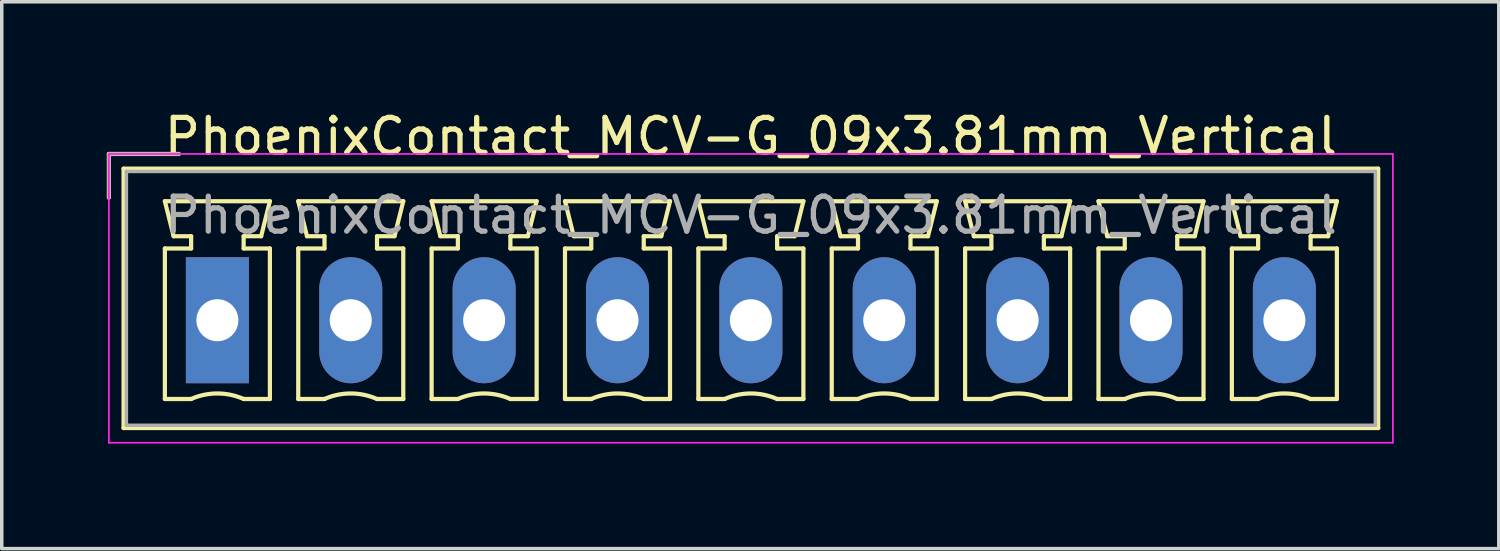
<source format=kicad_pcb>
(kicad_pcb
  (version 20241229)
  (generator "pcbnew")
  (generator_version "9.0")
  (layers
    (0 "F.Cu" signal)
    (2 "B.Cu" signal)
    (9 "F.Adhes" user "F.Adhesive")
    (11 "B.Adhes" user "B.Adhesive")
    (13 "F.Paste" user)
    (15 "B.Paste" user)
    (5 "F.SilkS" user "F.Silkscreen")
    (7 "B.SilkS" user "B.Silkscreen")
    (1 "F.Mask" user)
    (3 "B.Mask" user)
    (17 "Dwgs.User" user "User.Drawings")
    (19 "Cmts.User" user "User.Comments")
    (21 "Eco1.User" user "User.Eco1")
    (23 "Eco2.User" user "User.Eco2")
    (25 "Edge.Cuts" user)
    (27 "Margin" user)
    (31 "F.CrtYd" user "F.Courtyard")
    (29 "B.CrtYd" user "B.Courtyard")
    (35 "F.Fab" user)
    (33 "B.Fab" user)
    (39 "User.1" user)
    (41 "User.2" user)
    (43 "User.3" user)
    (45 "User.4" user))
  (footprint "PhoenixContact_MCV-G_09x3.81mm_Vertical"
    (layer "F.Cu")
    (at 3.16 6.098)
    (property "Reference" "PhoenixContact_MCV-G_09x3.81mm_Vertical" (at 15.24 -5.25 0) (layer "F.SilkS") (effects (font (size 1 1) (thickness 0.15))))
    (attr through_hole)
    (fp_line (start -3.1 -4.75) (end -1.1 -4.75) (stroke (width 0.12) (type solid)) (layer "F.SilkS"))
    (fp_line (start -3.1 -3.5) (end -3.1 -4.75) (stroke (width 0.12) (type solid)) (layer "F.SilkS"))
    (fp_line (start -2.68 -4.33) (end -2.68 3.08) (stroke (width 0.12) (type solid)) (layer "F.SilkS"))
    (fp_line (start -2.68 3.08) (end 33.16 3.08) (stroke (width 0.12) (type solid)) (layer "F.SilkS"))
    (fp_line (start -1.5 -3.4) (end 1.5 -3.4) (stroke (width 0.12) (type solid)) (layer "F.SilkS"))
    (fp_line (start -1.5 -2.05) (end -0.75 -2.05) (stroke (width 0.12) (type solid)) (layer "F.SilkS"))
    (fp_line (start -1.5 2.25) (end -1.5 -2.05) (stroke (width 0.12) (type solid)) (layer "F.SilkS"))
    (fp_line (start -1.25 -2.4) (end -1.5 -3.4) (stroke (width 0.12) (type solid)) (layer "F.SilkS"))
    (fp_line (start -0.75 -2.4) (end -1.25 -2.4) (stroke (width 0.12) (type solid)) (layer "F.SilkS"))
    (fp_line (start -0.75 -2.05) (end -0.75 -2.4) (stroke (width 0.12) (type solid)) (layer "F.SilkS"))
    (fp_line (start -0.75 2.25) (end -1.5 2.25) (stroke (width 0.12) (type solid)) (layer "F.SilkS"))
    (fp_line (start 0.75 -2.4) (end 0.75 -2.05) (stroke (width 0.12) (type solid)) (layer "F.SilkS"))
    (fp_line (start 0.75 -2.05) (end 1.5 -2.05) (stroke (width 0.12) (type solid)) (layer "F.SilkS"))
    (fp_line (start 1.25 -2.4) (end 0.75 -2.4) (stroke (width 0.12) (type solid)) (layer "F.SilkS"))
    (fp_line (start 1.5 -3.4) (end 1.25 -2.4) (stroke (width 0.12) (type solid)) (layer "F.SilkS"))
    (fp_line (start 1.5 -2.05) (end 1.5 2.25) (stroke (width 0.12) (type solid)) (layer "F.SilkS"))
    (fp_line (start 1.5 2.25) (end 0.75 2.25) (stroke (width 0.12) (type solid)) (layer "F.SilkS"))
    (fp_line (start 2.31 -3.4) (end 5.31 -3.4) (stroke (width 0.12) (type solid)) (layer "F.SilkS"))
    (fp_line (start 2.31 -2.05) (end 3.06 -2.05) (stroke (width 0.12) (type solid)) (layer "F.SilkS"))
    (fp_line (start 2.31 2.25) (end 2.31 -2.05) (stroke (width 0.12) (type solid)) (layer "F.SilkS"))
    (fp_line (start 2.56 -2.4) (end 2.31 -3.4) (stroke (width 0.12) (type solid)) (layer "F.SilkS"))
    (fp_line (start 3.06 -2.4) (end 2.56 -2.4) (stroke (width 0.12) (type solid)) (layer "F.SilkS"))
    (fp_line (start 3.06 -2.05) (end 3.06 -2.4) (stroke (width 0.12) (type solid)) (layer "F.SilkS"))
    (fp_line (start 3.06 2.25) (end 2.31 2.25) (stroke (width 0.12) (type solid)) (layer "F.SilkS"))
    (fp_line (start 4.56 -2.4) (end 4.56 -2.05) (stroke (width 0.12) (type solid)) (layer "F.SilkS"))
    (fp_line (start 4.56 -2.05) (end 5.31 -2.05) (stroke (width 0.12) (type solid)) (layer "F.SilkS"))
    (fp_line (start 5.06 -2.4) (end 4.56 -2.4) (stroke (width 0.12) (type solid)) (layer "F.SilkS"))
    (fp_line (start 5.31 -3.4) (end 5.06 -2.4) (stroke (width 0.12) (type solid)) (layer "F.SilkS"))
    (fp_line (start 5.31 -2.05) (end 5.31 2.25) (stroke (width 0.12) (type solid)) (layer "F.SilkS"))
    (fp_line (start 5.31 2.25) (end 4.56 2.25) (stroke (width 0.12) (type solid)) (layer "F.SilkS"))
    (fp_line (start 6.12 -3.4) (end 9.12 -3.4) (stroke (width 0.12) (type solid)) (layer "F.SilkS"))
    (fp_line (start 6.12 -2.05) (end 6.87 -2.05) (stroke (width 0.12) (type solid)) (layer "F.SilkS"))
    (fp_line (start 6.12 2.25) (end 6.12 -2.05) (stroke (width 0.12) (type solid)) (layer "F.SilkS"))
    (fp_line (start 6.37 -2.4) (end 6.12 -3.4) (stroke (width 0.12) (type solid)) (layer "F.SilkS"))
    (fp_line (start 6.87 -2.4) (end 6.37 -2.4) (stroke (width 0.12) (type solid)) (layer "F.SilkS"))
    (fp_line (start 6.87 -2.05) (end 6.87 -2.4) (stroke (width 0.12) (type solid)) (layer "F.SilkS"))
    (fp_line (start 6.87 2.25) (end 6.12 2.25) (stroke (width 0.12) (type solid)) (layer "F.SilkS"))
    (fp_line (start 8.37 -2.4) (end 8.37 -2.05) (stroke (width 0.12) (type solid)) (layer "F.SilkS"))
    (fp_line (start 8.37 -2.05) (end 9.12 -2.05) (stroke (width 0.12) (type solid)) (layer "F.SilkS"))
    (fp_line (start 8.87 -2.4) (end 8.37 -2.4) (stroke (width 0.12) (type solid)) (layer "F.SilkS"))
    (fp_line (start 9.12 -3.4) (end 8.87 -2.4) (stroke (width 0.12) (type solid)) (layer "F.SilkS"))
    (fp_line (start 9.12 -2.05) (end 9.12 2.25) (stroke (width 0.12) (type solid)) (layer "F.SilkS"))
    (fp_line (start 9.12 2.25) (end 8.37 2.25) (stroke (width 0.12) (type solid)) (layer "F.SilkS"))
    (fp_line (start 9.93 -3.4) (end 12.93 -3.4) (stroke (width 0.12) (type solid)) (layer "F.SilkS"))
    (fp_line (start 9.93 -2.05) (end 10.68 -2.05) (stroke (width 0.12) (type solid)) (layer "F.SilkS"))
    (fp_line (start 9.93 2.25) (end 9.93 -2.05) (stroke (width 0.12) (type solid)) (layer "F.SilkS"))
    (fp_line (start 10.18 -2.4) (end 9.93 -3.4) (stroke (width 0.12) (type solid)) (layer "F.SilkS"))
    (fp_line (start 10.68 -2.4) (end 10.18 -2.4) (stroke (width 0.12) (type solid)) (layer "F.SilkS"))
    (fp_line (start 10.68 -2.05) (end 10.68 -2.4) (stroke (width 0.12) (type solid)) (layer "F.SilkS"))
    (fp_line (start 10.68 2.25) (end 9.93 2.25) (stroke (width 0.12) (type solid)) (layer "F.SilkS"))
    (fp_line (start 12.18 -2.4) (end 12.18 -2.05) (stroke (width 0.12) (type solid)) (layer "F.SilkS"))
    (fp_line (start 12.18 -2.05) (end 12.93 -2.05) (stroke (width 0.12) (type solid)) (layer "F.SilkS"))
    (fp_line (start 12.68 -2.4) (end 12.18 -2.4) (stroke (width 0.12) (type solid)) (layer "F.SilkS"))
    (fp_line (start 12.93 -3.4) (end 12.68 -2.4) (stroke (width 0.12) (type solid)) (layer "F.SilkS"))
    (fp_line (start 12.93 -2.05) (end 12.93 2.25) (stroke (width 0.12) (type solid)) (layer "F.SilkS"))
    (fp_line (start 12.93 2.25) (end 12.18 2.25) (stroke (width 0.12) (type solid)) (layer "F.SilkS"))
    (fp_line (start 13.74 -3.4) (end 16.74 -3.4) (stroke (width 0.12) (type solid)) (layer "F.SilkS"))
    (fp_line (start 13.74 -2.05) (end 14.49 -2.05) (stroke (width 0.12) (type solid)) (layer "F.SilkS"))
    (fp_line (start 13.74 2.25) (end 13.74 -2.05) (stroke (width 0.12) (type solid)) (layer "F.SilkS"))
    (fp_line (start 13.99 -2.4) (end 13.74 -3.4) (stroke (width 0.12) (type solid)) (layer "F.SilkS"))
    (fp_line (start 14.49 -2.4) (end 13.99 -2.4) (stroke (width 0.12) (type solid)) (layer "F.SilkS"))
    (fp_line (start 14.49 -2.05) (end 14.49 -2.4) (stroke (width 0.12) (type solid)) (layer "F.SilkS"))
    (fp_line (start 14.49 2.25) (end 13.74 2.25) (stroke (width 0.12) (type solid)) (layer "F.SilkS"))
    (fp_line (start 15.99 -2.4) (end 15.99 -2.05) (stroke (width 0.12) (type solid)) (layer "F.SilkS"))
    (fp_line (start 15.99 -2.05) (end 16.74 -2.05) (stroke (width 0.12) (type solid)) (layer "F.SilkS"))
    (fp_line (start 16.49 -2.4) (end 15.99 -2.4) (stroke (width 0.12) (type solid)) (layer "F.SilkS"))
    (fp_line (start 16.74 -3.4) (end 16.49 -2.4) (stroke (width 0.12) (type solid)) (layer "F.SilkS"))
    (fp_line (start 16.74 -2.05) (end 16.74 2.25) (stroke (width 0.12) (type solid)) (layer "F.SilkS"))
    (fp_line (start 16.74 2.25) (end 15.99 2.25) (stroke (width 0.12) (type solid)) (layer "F.SilkS"))
    (fp_line (start 17.55 -3.4) (end 20.55 -3.4) (stroke (width 0.12) (type solid)) (layer "F.SilkS"))
    (fp_line (start 17.55 -2.05) (end 18.3 -2.05) (stroke (width 0.12) (type solid)) (layer "F.SilkS"))
    (fp_line (start 17.55 2.25) (end 17.55 -2.05) (stroke (width 0.12) (type solid)) (layer "F.SilkS"))
    (fp_line (start 17.8 -2.4) (end 17.55 -3.4) (stroke (width 0.12) (type solid)) (layer "F.SilkS"))
    (fp_line (start 18.3 -2.4) (end 17.8 -2.4) (stroke (width 0.12) (type solid)) (layer "F.SilkS"))
    (fp_line (start 18.3 -2.05) (end 18.3 -2.4) (stroke (width 0.12) (type solid)) (layer "F.SilkS"))
    (fp_line (start 18.3 2.25) (end 17.55 2.25) (stroke (width 0.12) (type solid)) (layer "F.SilkS"))
    (fp_line (start 19.8 -2.4) (end 19.8 -2.05) (stroke (width 0.12) (type solid)) (layer "F.SilkS"))
    (fp_line (start 19.8 -2.05) (end 20.55 -2.05) (stroke (width 0.12) (type solid)) (layer "F.SilkS"))
    (fp_line (start 20.3 -2.4) (end 19.8 -2.4) (stroke (width 0.12) (type solid)) (layer "F.SilkS"))
    (fp_line (start 20.55 -3.4) (end 20.3 -2.4) (stroke (width 0.12) (type solid)) (layer "F.SilkS"))
    (fp_line (start 20.55 -2.05) (end 20.55 2.25) (stroke (width 0.12) (type solid)) (layer "F.SilkS"))
    (fp_line (start 20.55 2.25) (end 19.8 2.25) (stroke (width 0.12) (type solid)) (layer "F.SilkS"))
    (fp_line (start 21.36 -3.4) (end 24.36 -3.4) (stroke (width 0.12) (type solid)) (layer "F.SilkS"))
    (fp_line (start 21.36 -2.05) (end 22.11 -2.05) (stroke (width 0.12) (type solid)) (layer "F.SilkS"))
    (fp_line (start 21.36 2.25) (end 21.36 -2.05) (stroke (width 0.12) (type solid)) (layer "F.SilkS"))
    (fp_line (start 21.61 -2.4) (end 21.36 -3.4) (stroke (width 0.12) (type solid)) (layer "F.SilkS"))
    (fp_line (start 22.11 -2.4) (end 21.61 -2.4) (stroke (width 0.12) (type solid)) (layer "F.SilkS"))
    (fp_line (start 22.11 -2.05) (end 22.11 -2.4) (stroke (width 0.12) (type solid)) (layer "F.SilkS"))
    (fp_line (start 22.11 2.25) (end 21.36 2.25) (stroke (width 0.12) (type solid)) (layer "F.SilkS"))
    (fp_line (start 23.61 -2.4) (end 23.61 -2.05) (stroke (width 0.12) (type solid)) (layer "F.SilkS"))
    (fp_line (start 23.61 -2.05) (end 24.36 -2.05) (stroke (width 0.12) (type solid)) (layer "F.SilkS"))
    (fp_line (start 24.11 -2.4) (end 23.61 -2.4) (stroke (width 0.12) (type solid)) (layer "F.SilkS"))
    (fp_line (start 24.36 -3.4) (end 24.11 -2.4) (stroke (width 0.12) (type solid)) (layer "F.SilkS"))
    (fp_line (start 24.36 -2.05) (end 24.36 2.25) (stroke (width 0.12) (type solid)) (layer "F.SilkS"))
    (fp_line (start 24.36 2.25) (end 23.61 2.25) (stroke (width 0.12) (type solid)) (layer "F.SilkS"))
    (fp_line (start 25.17 -3.4) (end 28.17 -3.4) (stroke (width 0.12) (type solid)) (layer "F.SilkS"))
    (fp_line (start 25.17 -2.05) (end 25.92 -2.05) (stroke (width 0.12) (type solid)) (layer "F.SilkS"))
    (fp_line (start 25.17 2.25) (end 25.17 -2.05) (stroke (width 0.12) (type solid)) (layer "F.SilkS"))
    (fp_line (start 25.42 -2.4) (end 25.17 -3.4) (stroke (width 0.12) (type solid)) (layer "F.SilkS"))
    (fp_line (start 25.92 -2.4) (end 25.42 -2.4) (stroke (width 0.12) (type solid)) (layer "F.SilkS"))
    (fp_line (start 25.92 -2.05) (end 25.92 -2.4) (stroke (width 0.12) (type solid)) (layer "F.SilkS"))
    (fp_line (start 25.92 2.25) (end 25.17 2.25) (stroke (width 0.12) (type solid)) (layer "F.SilkS"))
    (fp_line (start 27.42 -2.4) (end 27.42 -2.05) (stroke (width 0.12) (type solid)) (layer "F.SilkS"))
    (fp_line (start 27.42 -2.05) (end 28.17 -2.05) (stroke (width 0.12) (type solid)) (layer "F.SilkS"))
    (fp_line (start 27.92 -2.4) (end 27.42 -2.4) (stroke (width 0.12) (type solid)) (layer "F.SilkS"))
    (fp_line (start 28.17 -3.4) (end 27.92 -2.4) (stroke (width 0.12) (type solid)) (layer "F.SilkS"))
    (fp_line (start 28.17 -2.05) (end 28.17 2.25) (stroke (width 0.12) (type solid)) (layer "F.SilkS"))
    (fp_line (start 28.17 2.25) (end 27.42 2.25) (stroke (width 0.12) (type solid)) (layer "F.SilkS"))
    (fp_line (start 28.98 -3.4) (end 31.98 -3.4) (stroke (width 0.12) (type solid)) (layer "F.SilkS"))
    (fp_line (start 28.98 -2.05) (end 29.73 -2.05) (stroke (width 0.12) (type solid)) (layer "F.SilkS"))
    (fp_line (start 28.98 2.25) (end 28.98 -2.05) (stroke (width 0.12) (type solid)) (layer "F.SilkS"))
    (fp_line (start 29.23 -2.4) (end 28.98 -3.4) (stroke (width 0.12) (type solid)) (layer "F.SilkS"))
    (fp_line (start 29.73 -2.4) (end 29.23 -2.4) (stroke (width 0.12) (type solid)) (layer "F.SilkS"))
    (fp_line (start 29.73 -2.05) (end 29.73 -2.4) (stroke (width 0.12) (type solid)) (layer "F.SilkS"))
    (fp_line (start 29.73 2.25) (end 28.98 2.25) (stroke (width 0.12) (type solid)) (layer "F.SilkS"))
    (fp_line (start 31.23 -2.4) (end 31.23 -2.05) (stroke (width 0.12) (type solid)) (layer "F.SilkS"))
    (fp_line (start 31.23 -2.05) (end 31.98 -2.05) (stroke (width 0.12) (type solid)) (layer "F.SilkS"))
    (fp_line (start 31.73 -2.4) (end 31.23 -2.4) (stroke (width 0.12) (type solid)) (layer "F.SilkS"))
    (fp_line (start 31.98 -3.4) (end 31.73 -2.4) (stroke (width 0.12) (type solid)) (layer "F.SilkS"))
    (fp_line (start 31.98 -2.05) (end 31.98 2.25) (stroke (width 0.12) (type solid)) (layer "F.SilkS"))
    (fp_line (start 31.98 2.25) (end 31.23 2.25) (stroke (width 0.12) (type solid)) (layer "F.SilkS"))
    (fp_line (start 33.16 -4.33) (end -2.68 -4.33) (stroke (width 0.12) (type solid)) (layer "F.SilkS"))
    (fp_line (start 33.16 3.08) (end 33.16 -4.33) (stroke (width 0.12) (type solid)) (layer "F.SilkS"))
    (fp_arc (start -0.75 2.25) (mid -0.000193 2.09191) (end 0.749647 2.249844) (stroke (width 0.12) (type solid)) (layer "F.SilkS"))
    (fp_arc (start 3.06 2.25) (mid 3.809807 2.09191) (end 4.559647 2.249844) (stroke (width 0.12) (type solid)) (layer "F.SilkS"))
    (fp_arc (start 6.87 2.25) (mid 7.619807 2.09191) (end 8.369647 2.249844) (stroke (width 0.12) (type solid)) (layer "F.SilkS"))
    (fp_arc (start 10.68 2.25) (mid 11.429807 2.09191) (end 12.179647 2.249844) (stroke (width 0.12) (type solid)) (layer "F.SilkS"))
    (fp_arc (start 14.49 2.25) (mid 15.239807 2.09191) (end 15.989647 2.249844) (stroke (width 0.12) (type solid)) (layer "F.SilkS"))
    (fp_arc (start 18.3 2.25) (mid 19.049807 2.09191) (end 19.799647 2.249844) (stroke (width 0.12) (type solid)) (layer "F.SilkS"))
    (fp_arc (start 22.11 2.25) (mid 22.859807 2.09191) (end 23.609647 2.249844) (stroke (width 0.12) (type solid)) (layer "F.SilkS"))
    (fp_arc (start 25.92 2.25) (mid 26.669807 2.09191) (end 27.419647 2.249844) (stroke (width 0.12) (type solid)) (layer "F.SilkS"))
    (fp_arc (start 29.73 2.25) (mid 30.479807 2.09191) (end 31.229647 2.249844) (stroke (width 0.12) (type solid)) (layer "F.SilkS"))
    (fp_line (start -3.1 -4.75) (end -3.1 3.5) (stroke (width 0.05) (type solid)) (layer "F.CrtYd"))
    (fp_line (start -3.1 3.5) (end 33.58 3.5) (stroke (width 0.05) (type solid)) (layer "F.CrtYd"))
    (fp_line (start 33.58 -4.75) (end -3.1 -4.75) (stroke (width 0.05) (type solid)) (layer "F.CrtYd"))
    (fp_line (start 33.58 3.5) (end 33.58 -4.75) (stroke (width 0.05) (type solid)) (layer "F.CrtYd"))
    (fp_line (start -3.1 -4.75) (end -1.1 -4.75) (stroke (width 0.1) (type solid)) (layer "F.Fab"))
    (fp_line (start -3.1 -3.5) (end -3.1 -4.75) (stroke (width 0.1) (type solid)) (layer "F.Fab"))
    (fp_line (start -2.6 -4.25) (end -2.6 3) (stroke (width 0.1) (type solid)) (layer "F.Fab"))
    (fp_line (start -2.6 3) (end 33.08 3) (stroke (width 0.1) (type solid)) (layer "F.Fab"))
    (fp_line (start 33.08 -4.25) (end -2.6 -4.25) (stroke (width 0.1) (type solid)) (layer "F.Fab"))
    (fp_line (start 33.08 3) (end 33.08 -4.25) (stroke (width 0.1) (type solid)) (layer "F.Fab"))
    (fp_text user "${REFERENCE}" (at 15.24 -3 0) (layer "F.Fab") (effects (font (size 1 1) (thickness 0.15))))
    (pad "1" thru_hole rect (at 0 0) (size 1.8 3.6) (drill 1.2) (layers "*.Cu" "*.Mask"))
    (pad "2" thru_hole oval (at 3.81 0) (size 1.8 3.6) (drill 1.2) (layers "*.Cu" "*.Mask"))
    (pad "3" thru_hole oval (at 7.62 0) (size 1.8 3.6) (drill 1.2) (layers "*.Cu" "*.Mask"))
    (pad "4" thru_hole oval (at 11.43 0) (size 1.8 3.6) (drill 1.2) (layers "*.Cu" "*.Mask"))
    (pad "5" thru_hole oval (at 15.24 0) (size 1.8 3.6) (drill 1.2) (layers "*.Cu" "*.Mask"))
    (pad "6" thru_hole oval (at 19.05 0) (size 1.8 3.6) (drill 1.2) (layers "*.Cu" "*.Mask"))
    (pad "7" thru_hole oval (at 22.86 0) (size 1.8 3.6) (drill 1.2) (layers "*.Cu" "*.Mask"))
    (pad "8" thru_hole oval (at 26.67 0) (size 1.8 3.6) (drill 1.2) (layers "*.Cu" "*.Mask"))
    (pad "9" thru_hole oval (at 30.48 0) (size 1.8 3.6) (drill 1.2) (layers "*.Cu" "*.Mask")))
  (gr_rect
    (start -3 -3)
    (end 39.765 12.623)
    (stroke (width 0.1) (type default))
    (fill no)
    (layer "Edge.Cuts")))
</source>
